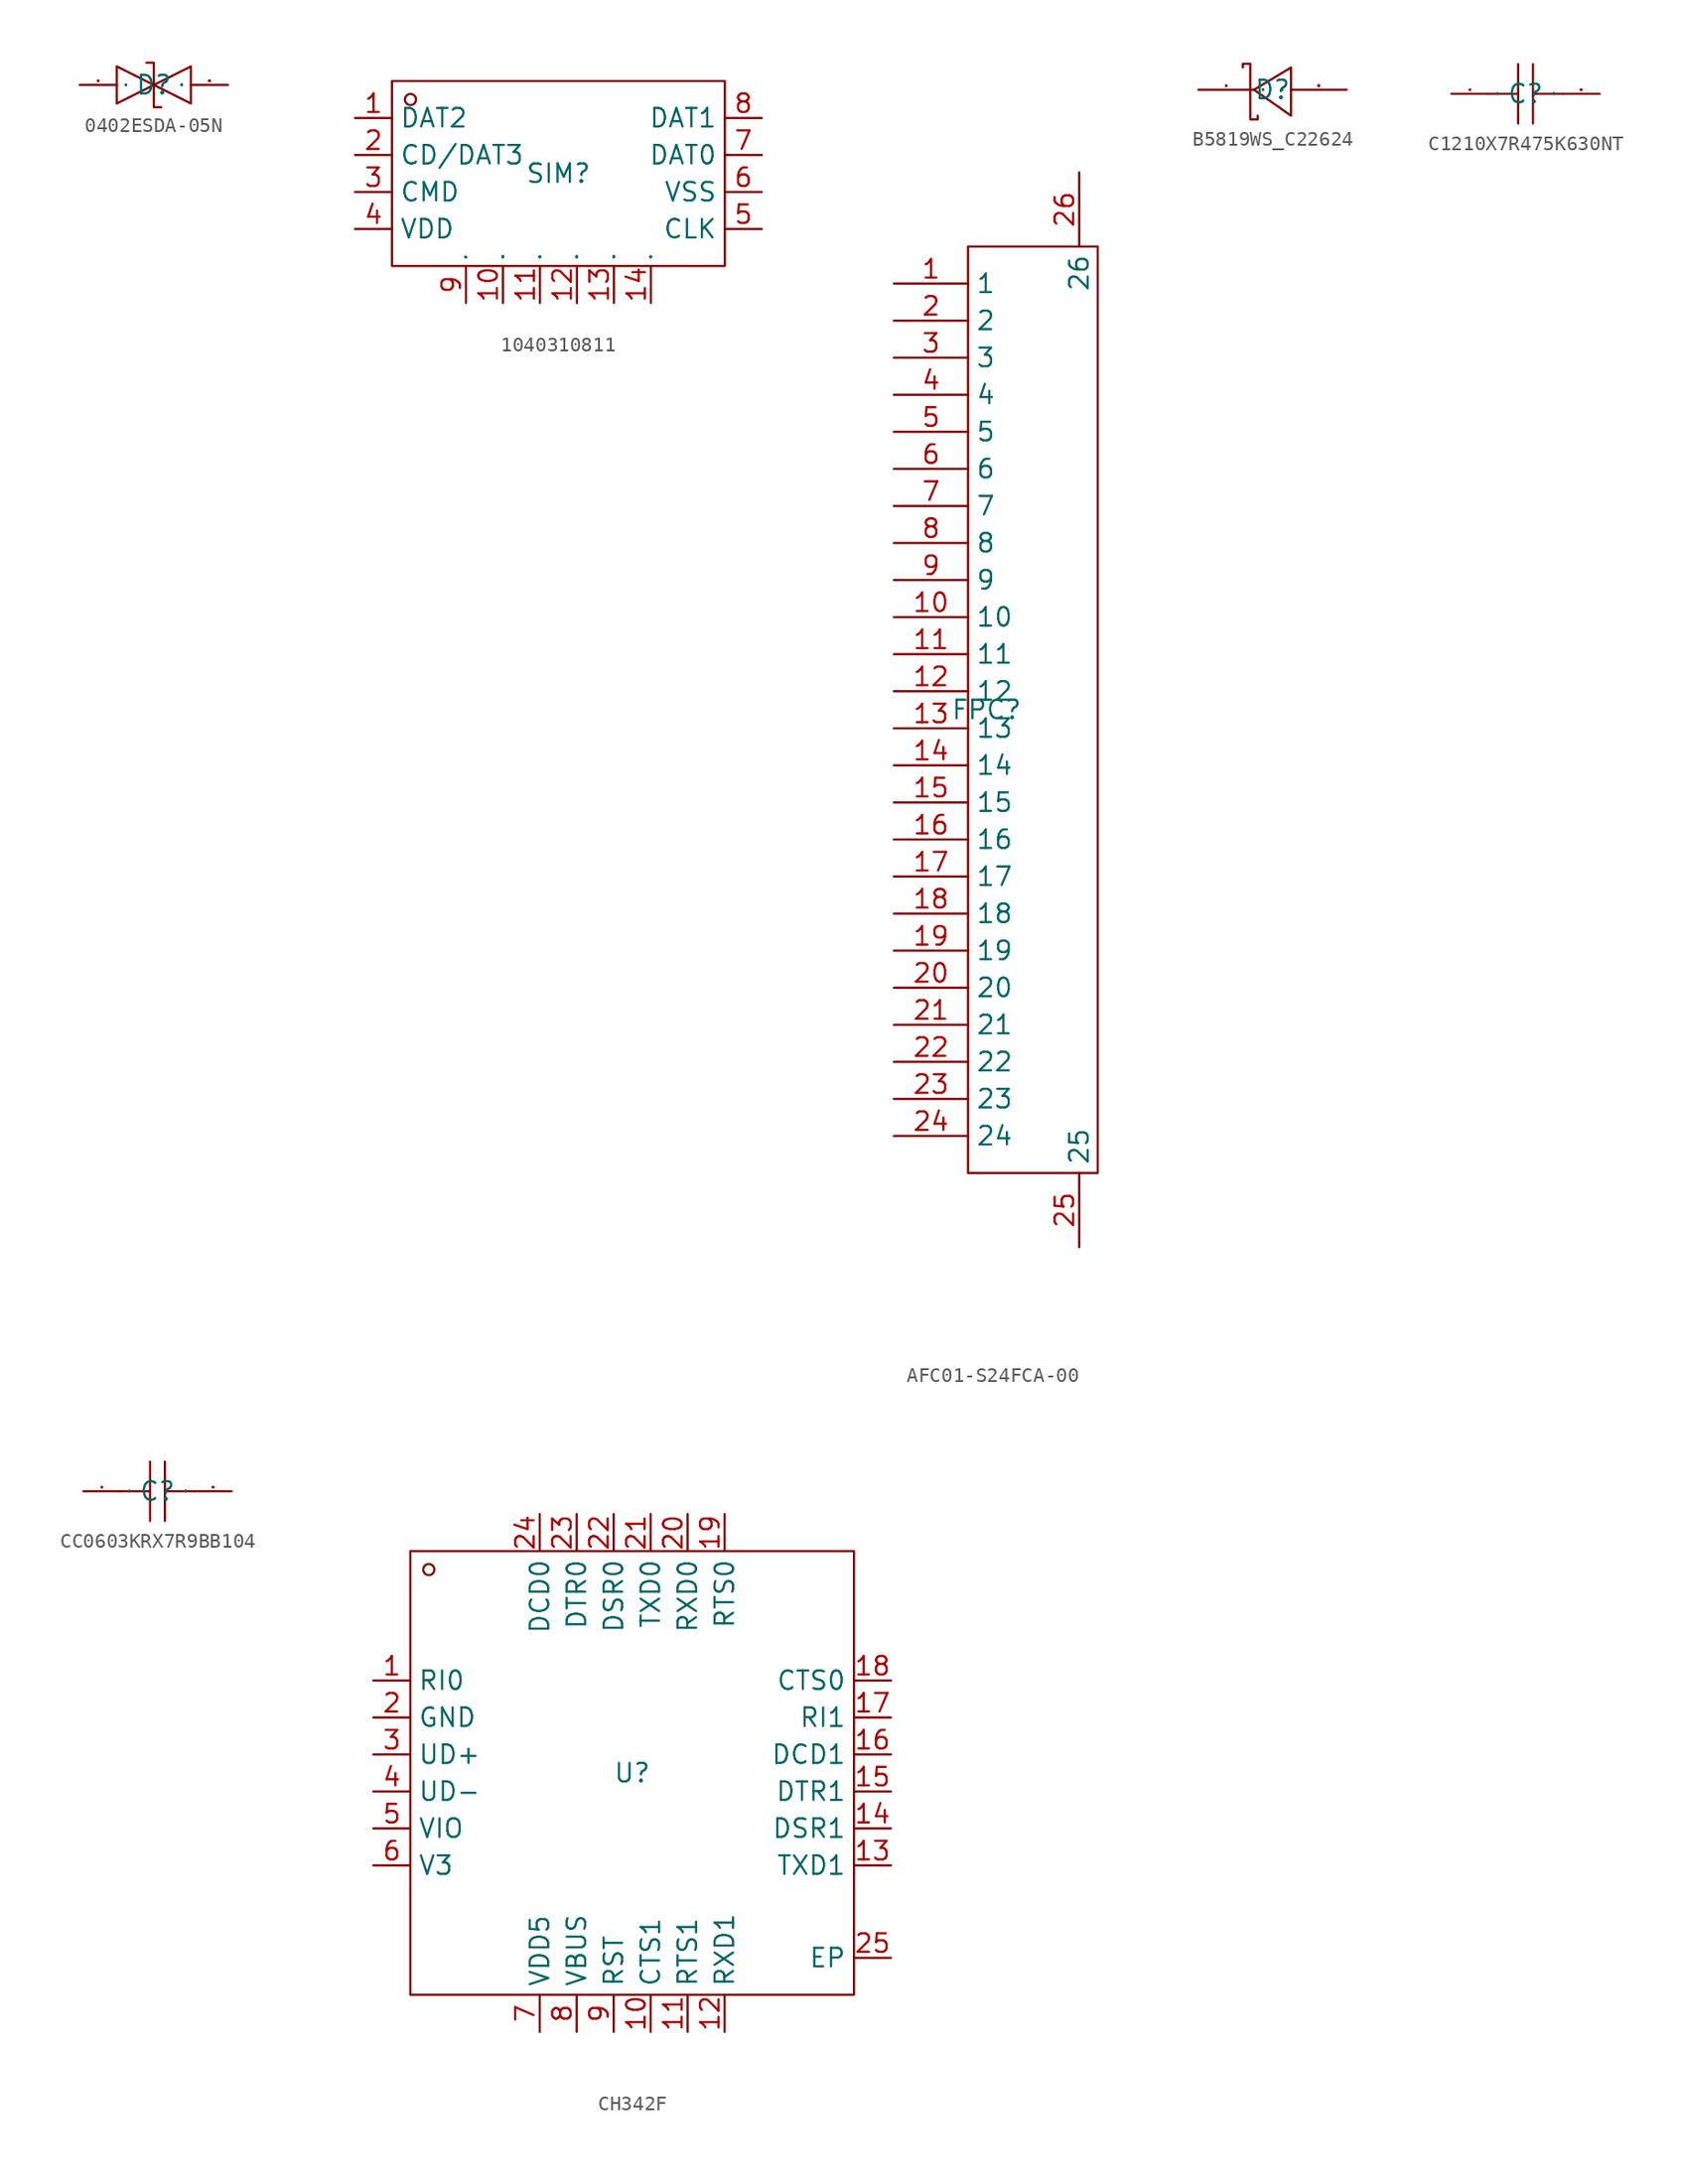
<source format=kicad_sym>
(kicad_symbol_lib
  (version 20231120)
  (generator "kicad_symbol_editor")
  (generator_version "8.0")
  (symbol "0402ESDA-05N"
    (property "Reference" "D"
      (at 0 0 0)
      (effects (font (size 1.27 1.27))))
    (property "Value" ""
      (at 0 0 0)
      (effects (font (size 1.27 1.27))))
    (symbol "0402ESDA-05N_1_0"
      (polyline (pts (xy -2.54 1.27) (xy 0 0) (xy 0 0) (xy -2.54 -1.27) (xy -2.54 -1.27) (xy -2.54 1.27)) (stroke (width 0) (type default)) (fill (type none)))
      (polyline (pts (xy 2.54 1.27) (xy 0 0) (xy 0 0) (xy 2.54 -1.27) (xy 2.54 -1.27) (xy 2.54 1.27)) (stroke (width 0) (type default)) (fill (type none)))
      (polyline (pts (xy -0.508 1.524) (xy -0.508 1.524) (xy -0.508 1.524) (xy 0 1.524) (xy 0 1.524) (xy 0 -1.524) (xy 0 -1.524) (xy 0.508 -1.524) (xy 0.508 -1.524) (xy 0.508 -1.524)) (stroke (width 0) (type default)) (fill (type none)))
      (pin input line (at -5.08 0 0) (length 2.54) (name "1" (effects (font (size 0.025 0.025)))) (number "1" (effects (font (size 0.025 0.025)))))
      (pin input line (at 5.08 0 180) (length 2.54) (name "2" (effects (font (size 0.025 0.025)))) (number "2" (effects (font (size 0.025 0.025)))))))
  (symbol "1040310811"
    (property "Reference" "SIM"
      (at 0 0 0)
      (effects (font (size 1.27 1.27))))
    (property "Value" ""
      (at 0 0 0)
      (effects (font (size 1.27 1.27))))
    (symbol "1040310811_1_0"
      (rectangle (start -11.43 -6.35) (end 11.43 6.35) (stroke (width 0) (type default)) (fill (type none)))
      (circle (center -10.16 5.08) (radius 0.381) (stroke (width 0) (type default)) (fill (type none)))
      (pin input line (at -13.97 3.81 0) (length 2.54) (name "DAT2" (effects (font (size 1.27 1.27)))) (number "1" (effects (font (size 1.27 1.27)))))
      (pin input line (at -3.81 -8.89 90) (length 2.54) (name "10" (effects (font (size 0.025 0.025)))) (number "10" (effects (font (size 1.27 1.27)))))
      (pin input line (at -1.27 -8.89 90) (length 2.54) (name "11" (effects (font (size 0.025 0.025)))) (number "11" (effects (font (size 1.27 1.27)))))
      (pin input line (at 1.27 -8.89 90) (length 2.54) (name "12" (effects (font (size 0.025 0.025)))) (number "12" (effects (font (size 1.27 1.27)))))
      (pin input line (at 3.81 -8.89 90) (length 2.54) (name "13" (effects (font (size 0.025 0.025)))) (number "13" (effects (font (size 1.27 1.27)))))
      (pin input line (at 6.35 -8.89 90) (length 2.54) (name "14" (effects (font (size 0.025 0.025)))) (number "14" (effects (font (size 1.27 1.27)))))
      (pin input line (at -13.97 1.27 0) (length 2.54) (name "CD/DAT3" (effects (font (size 1.27 1.27)))) (number "2" (effects (font (size 1.27 1.27)))))
      (pin input line (at -13.97 -1.27 0) (length 2.54) (name "CMD" (effects (font (size 1.27 1.27)))) (number "3" (effects (font (size 1.27 1.27)))))
      (pin input line (at -13.97 -3.81 0) (length 2.54) (name "VDD" (effects (font (size 1.27 1.27)))) (number "4" (effects (font (size 1.27 1.27)))))
      (pin input line (at 13.97 -3.81 180) (length 2.54) (name "CLK" (effects (font (size 1.27 1.27)))) (number "5" (effects (font (size 1.27 1.27)))))
      (pin input line (at 13.97 -1.27 180) (length 2.54) (name "VSS" (effects (font (size 1.27 1.27)))) (number "6" (effects (font (size 1.27 1.27)))))
      (pin input line (at 13.97 1.27 180) (length 2.54) (name "DAT0" (effects (font (size 1.27 1.27)))) (number "7" (effects (font (size 1.27 1.27)))))
      (pin input line (at 13.97 3.81 180) (length 2.54) (name "DAT1" (effects (font (size 1.27 1.27)))) (number "8" (effects (font (size 1.27 1.27)))))
      (pin input line (at -6.35 -8.89 90) (length 2.54) (name "9" (effects (font (size 0.025 0.025)))) (number "9" (effects (font (size 1.27 1.27)))))))
  (symbol "AFC01-S24FCA-00"
    (property "Reference" "FPC"
      (at 0 0 0)
      (effects (font (size 1.27 1.27))))
    (property "Value" ""
      (at 0 0 0)
      (effects (font (size 1.27 1.27))))
    (symbol "AFC01-S24FCA-00_1_0"
      (rectangle (start -1.27 -31.75) (end 7.62 31.75) (stroke (width 0) (type default)) (fill (type none)))
      (pin input line (at -6.35 29.21 0) (length 5.08) (name "1" (effects (font (size 1.27 1.27)))) (number "1" (effects (font (size 1.27 1.27)))))
      (pin input line (at -6.35 6.35 0) (length 5.08) (name "10" (effects (font (size 1.27 1.27)))) (number "10" (effects (font (size 1.27 1.27)))))
      (pin input line (at -6.35 3.81 0) (length 5.08) (name "11" (effects (font (size 1.27 1.27)))) (number "11" (effects (font (size 1.27 1.27)))))
      (pin input line (at -6.35 1.27 0) (length 5.08) (name "12" (effects (font (size 1.27 1.27)))) (number "12" (effects (font (size 1.27 1.27)))))
      (pin input line (at -6.35 -1.27 0) (length 5.08) (name "13" (effects (font (size 1.27 1.27)))) (number "13" (effects (font (size 1.27 1.27)))))
      (pin input line (at -6.35 -3.81 0) (length 5.08) (name "14" (effects (font (size 1.27 1.27)))) (number "14" (effects (font (size 1.27 1.27)))))
      (pin input line (at -6.35 -6.35 0) (length 5.08) (name "15" (effects (font (size 1.27 1.27)))) (number "15" (effects (font (size 1.27 1.27)))))
      (pin input line (at -6.35 -8.89 0) (length 5.08) (name "16" (effects (font (size 1.27 1.27)))) (number "16" (effects (font (size 1.27 1.27)))))
      (pin input line (at -6.35 -11.43 0) (length 5.08) (name "17" (effects (font (size 1.27 1.27)))) (number "17" (effects (font (size 1.27 1.27)))))
      (pin input line (at -6.35 -13.97 0) (length 5.08) (name "18" (effects (font (size 1.27 1.27)))) (number "18" (effects (font (size 1.27 1.27)))))
      (pin input line (at -6.35 -16.51 0) (length 5.08) (name "19" (effects (font (size 1.27 1.27)))) (number "19" (effects (font (size 1.27 1.27)))))
      (pin input line (at -6.35 26.67 0) (length 5.08) (name "2" (effects (font (size 1.27 1.27)))) (number "2" (effects (font (size 1.27 1.27)))))
      (pin input line (at -6.35 -19.05 0) (length 5.08) (name "20" (effects (font (size 1.27 1.27)))) (number "20" (effects (font (size 1.27 1.27)))))
      (pin input line (at -6.35 -21.59 0) (length 5.08) (name "21" (effects (font (size 1.27 1.27)))) (number "21" (effects (font (size 1.27 1.27)))))
      (pin input line (at -6.35 -24.13 0) (length 5.08) (name "22" (effects (font (size 1.27 1.27)))) (number "22" (effects (font (size 1.27 1.27)))))
      (pin input line (at -6.35 -26.67 0) (length 5.08) (name "23" (effects (font (size 1.27 1.27)))) (number "23" (effects (font (size 1.27 1.27)))))
      (pin input line (at -6.35 -29.21 0) (length 5.08) (name "24" (effects (font (size 1.27 1.27)))) (number "24" (effects (font (size 1.27 1.27)))))
      (pin input line (at 6.35 -36.83 90) (length 5.08) (name "25" (effects (font (size 1.27 1.27)))) (number "25" (effects (font (size 1.27 1.27)))))
      (pin input line (at 6.35 36.83 270) (length 5.08) (name "26" (effects (font (size 1.27 1.27)))) (number "26" (effects (font (size 1.27 1.27)))))
      (pin input line (at -6.35 24.13 0) (length 5.08) (name "3" (effects (font (size 1.27 1.27)))) (number "3" (effects (font (size 1.27 1.27)))))
      (pin input line (at -6.35 21.59 0) (length 5.08) (name "4" (effects (font (size 1.27 1.27)))) (number "4" (effects (font (size 1.27 1.27)))))
      (pin input line (at -6.35 19.05 0) (length 5.08) (name "5" (effects (font (size 1.27 1.27)))) (number "5" (effects (font (size 1.27 1.27)))))
      (pin input line (at -6.35 16.51 0) (length 5.08) (name "6" (effects (font (size 1.27 1.27)))) (number "6" (effects (font (size 1.27 1.27)))))
      (pin input line (at -6.35 13.97 0) (length 5.08) (name "7" (effects (font (size 1.27 1.27)))) (number "7" (effects (font (size 1.27 1.27)))))
      (pin input line (at -6.35 11.43 0) (length 5.08) (name "8" (effects (font (size 1.27 1.27)))) (number "8" (effects (font (size 1.27 1.27)))))
      (pin input line (at -6.35 8.89 0) (length 5.08) (name "9" (effects (font (size 1.27 1.27)))) (number "9" (effects (font (size 1.27 1.27)))))))
  (symbol "B5819WS_C22624"
    (property "Reference" "D"
      (at 0 0 0)
      (effects (font (size 1.27 1.27))))
    (property "Value" ""
      (at 0 0 0)
      (effects (font (size 1.27 1.27))))
    (symbol "B5819WS_C22624_1_0"
      (polyline (pts (xy 1.27 1.524) (xy -1.27 0) (xy -1.27 0) (xy 1.27 -1.778) (xy 1.27 -1.778) (xy 1.27 1.524)) (stroke (width 0) (type default)) (fill (type none)))
      (polyline (pts (xy -2.032 1.524) (xy -2.032 1.778) (xy -2.032 1.778) (xy -1.524 1.778) (xy -1.524 1.778) (xy -1.524 -2.032) (xy -1.524 -2.032) (xy -1.016 -2.032) (xy -1.016 -2.032) (xy -1.016 -1.778)) (stroke (width 0) (type default)) (fill (type none)))
      (pin input line (at -5.08 0 0) (length 3.81) (name "K" (effects (font (size 0.025 0.025)))) (number "1" (effects (font (size 0.025 0.025)))))
      (pin input line (at 5.08 0 180) (length 3.81) (name "A" (effects (font (size 0.025 0.025)))) (number "2" (effects (font (size 0.025 0.025)))))))
  (symbol "C1210X7R475K630NT"
    (property "Reference" "C"
      (at 0 0 0)
      (effects (font (size 1.27 1.27))))
    (symbol "C1210X7R475K630NT_1_0"
      (polyline (pts (xy -0.508 -2.032) (xy -0.508 2.032)) (stroke (width 0) (type default)) (fill (type none)))
      (polyline (pts (xy -0.508 0) (xy -2.54 0)) (stroke (width 0) (type default)) (fill (type none)))
      (polyline (pts (xy 0.508 2.032) (xy 0.508 -2.032)) (stroke (width 0) (type default)) (fill (type none)))
      (polyline (pts (xy 2.54 0) (xy 0.508 0)) (stroke (width 0) (type default)) (fill (type none)))
      (pin input line (at -5.08 0 0) (length 2.54) (name "1" (effects (font (size 0.025 0.025)))) (number "1" (effects (font (size 0.025 0.025)))))
      (pin input line (at 5.08 0 180) (length 2.54) (name "2" (effects (font (size 0.025 0.025)))) (number "2" (effects (font (size 0.025 0.025)))))))
  (symbol "CC0603KRX7R9BB104"
    (property "Reference" "C"
      (at 0 0 0)
      (effects (font (size 1.27 1.27))))
    (property "Value" ""
      (at 0 0 0)
      (effects (font (size 1.27 1.27))))
    (symbol "CC0603KRX7R9BB104_1_0"
      (polyline (pts (xy -0.508 -2.032) (xy -0.508 2.032)) (stroke (width 0) (type default)) (fill (type none)))
      (polyline (pts (xy -0.508 0) (xy -2.54 0)) (stroke (width 0) (type default)) (fill (type none)))
      (polyline (pts (xy 0.508 2.032) (xy 0.508 -2.032)) (stroke (width 0) (type default)) (fill (type none)))
      (polyline (pts (xy 2.54 0) (xy 0.508 0)) (stroke (width 0) (type default)) (fill (type none)))
      (pin input line (at -5.08 0 0) (length 2.54) (name "1" (effects (font (size 0.025 0.025)))) (number "1" (effects (font (size 0.025 0.025)))))
      (pin input line (at 5.08 0 180) (length 2.54) (name "2" (effects (font (size 0.025 0.025)))) (number "2" (effects (font (size 0.025 0.025)))))))
  (symbol "CH342F"
    (property "Reference" "U"
      (at 0 0 0)
      (effects (font (size 1.27 1.27))))
    (property "Value" ""
      (at 0 0 0)
      (effects (font (size 1.27 1.27))))
    (symbol "CH342F_1_0"
      (rectangle (start -15.24 -15.24) (end 15.24 15.24) (stroke (width 0) (type default)) (fill (type none)))
      (circle (center -13.97 13.97) (radius 0.381) (stroke (width 0) (type default)) (fill (type none)))
      (pin input line (at -17.78 6.35 0) (length 2.54) (name "RI0" (effects (font (size 1.27 1.27)))) (number "1" (effects (font (size 1.27 1.27)))))
      (pin input line (at 1.27 -17.78 90) (length 2.54) (name "CTS1" (effects (font (size 1.27 1.27)))) (number "10" (effects (font (size 1.27 1.27)))))
      (pin input line (at 3.81 -17.78 90) (length 2.54) (name "RTS1" (effects (font (size 1.27 1.27)))) (number "11" (effects (font (size 1.27 1.27)))))
      (pin input line (at 6.35 -17.78 90) (length 2.54) (name "RXD1" (effects (font (size 1.27 1.27)))) (number "12" (effects (font (size 1.27 1.27)))))
      (pin input line (at 17.78 -6.35 180) (length 2.54) (name "TXD1" (effects (font (size 1.27 1.27)))) (number "13" (effects (font (size 1.27 1.27)))))
      (pin input line (at 17.78 -3.81 180) (length 2.54) (name "DSR1" (effects (font (size 1.27 1.27)))) (number "14" (effects (font (size 1.27 1.27)))))
      (pin input line (at 17.78 -1.27 180) (length 2.54) (name "DTR1" (effects (font (size 1.27 1.27)))) (number "15" (effects (font (size 1.27 1.27)))))
      (pin input line (at 17.78 1.27 180) (length 2.54) (name "DCD1" (effects (font (size 1.27 1.27)))) (number "16" (effects (font (size 1.27 1.27)))))
      (pin input line (at 17.78 3.81 180) (length 2.54) (name "RI1" (effects (font (size 1.27 1.27)))) (number "17" (effects (font (size 1.27 1.27)))))
      (pin input line (at 17.78 6.35 180) (length 2.54) (name "CTS0" (effects (font (size 1.27 1.27)))) (number "18" (effects (font (size 1.27 1.27)))))
      (pin input line (at 6.35 17.78 270) (length 2.54) (name "RTS0" (effects (font (size 1.27 1.27)))) (number "19" (effects (font (size 1.27 1.27)))))
      (pin input line (at -17.78 3.81 0) (length 2.54) (name "GND" (effects (font (size 1.27 1.27)))) (number "2" (effects (font (size 1.27 1.27)))))
      (pin input line (at 3.81 17.78 270) (length 2.54) (name "RXD0" (effects (font (size 1.27 1.27)))) (number "20" (effects (font (size 1.27 1.27)))))
      (pin input line (at 1.27 17.78 270) (length 2.54) (name "TXD0" (effects (font (size 1.27 1.27)))) (number "21" (effects (font (size 1.27 1.27)))))
      (pin input line (at -1.27 17.78 270) (length 2.54) (name "DSR0" (effects (font (size 1.27 1.27)))) (number "22" (effects (font (size 1.27 1.27)))))
      (pin input line (at -3.81 17.78 270) (length 2.54) (name "DTR0" (effects (font (size 1.27 1.27)))) (number "23" (effects (font (size 1.27 1.27)))))
      (pin input line (at -6.35 17.78 270) (length 2.54) (name "DCD0" (effects (font (size 1.27 1.27)))) (number "24" (effects (font (size 1.27 1.27)))))
      (pin input line (at 17.78 -12.7 180) (length 2.54) (name "EP" (effects (font (size 1.27 1.27)))) (number "25" (effects (font (size 1.27 1.27)))))
      (pin input line (at -17.78 1.27 0) (length 2.54) (name "UD+" (effects (font (size 1.27 1.27)))) (number "3" (effects (font (size 1.27 1.27)))))
      (pin input line (at -17.78 -1.27 0) (length 2.54) (name "UD-" (effects (font (size 1.27 1.27)))) (number "4" (effects (font (size 1.27 1.27)))))
      (pin input line (at -17.78 -3.81 0) (length 2.54) (name "VIO" (effects (font (size 1.27 1.27)))) (number "5" (effects (font (size 1.27 1.27)))))
      (pin input line (at -17.78 -6.35 0) (length 2.54) (name "V3" (effects (font (size 1.27 1.27)))) (number "6" (effects (font (size 1.27 1.27)))))
      (pin input line (at -6.35 -17.78 90) (length 2.54) (name "VDD5" (effects (font (size 1.27 1.27)))) (number "7" (effects (font (size 1.27 1.27)))))
      (pin input line (at -3.81 -17.78 90) (length 2.54) (name "VBUS" (effects (font (size 1.27 1.27)))) (number "8" (effects (font (size 1.27 1.27)))))
      (pin input line (at -1.27 -17.78 90) (length 2.54) (name "RST" (effects (font (size 1.27 1.27)))) (number "9" (effects (font (size 1.27 1.27))))))))
</source>
